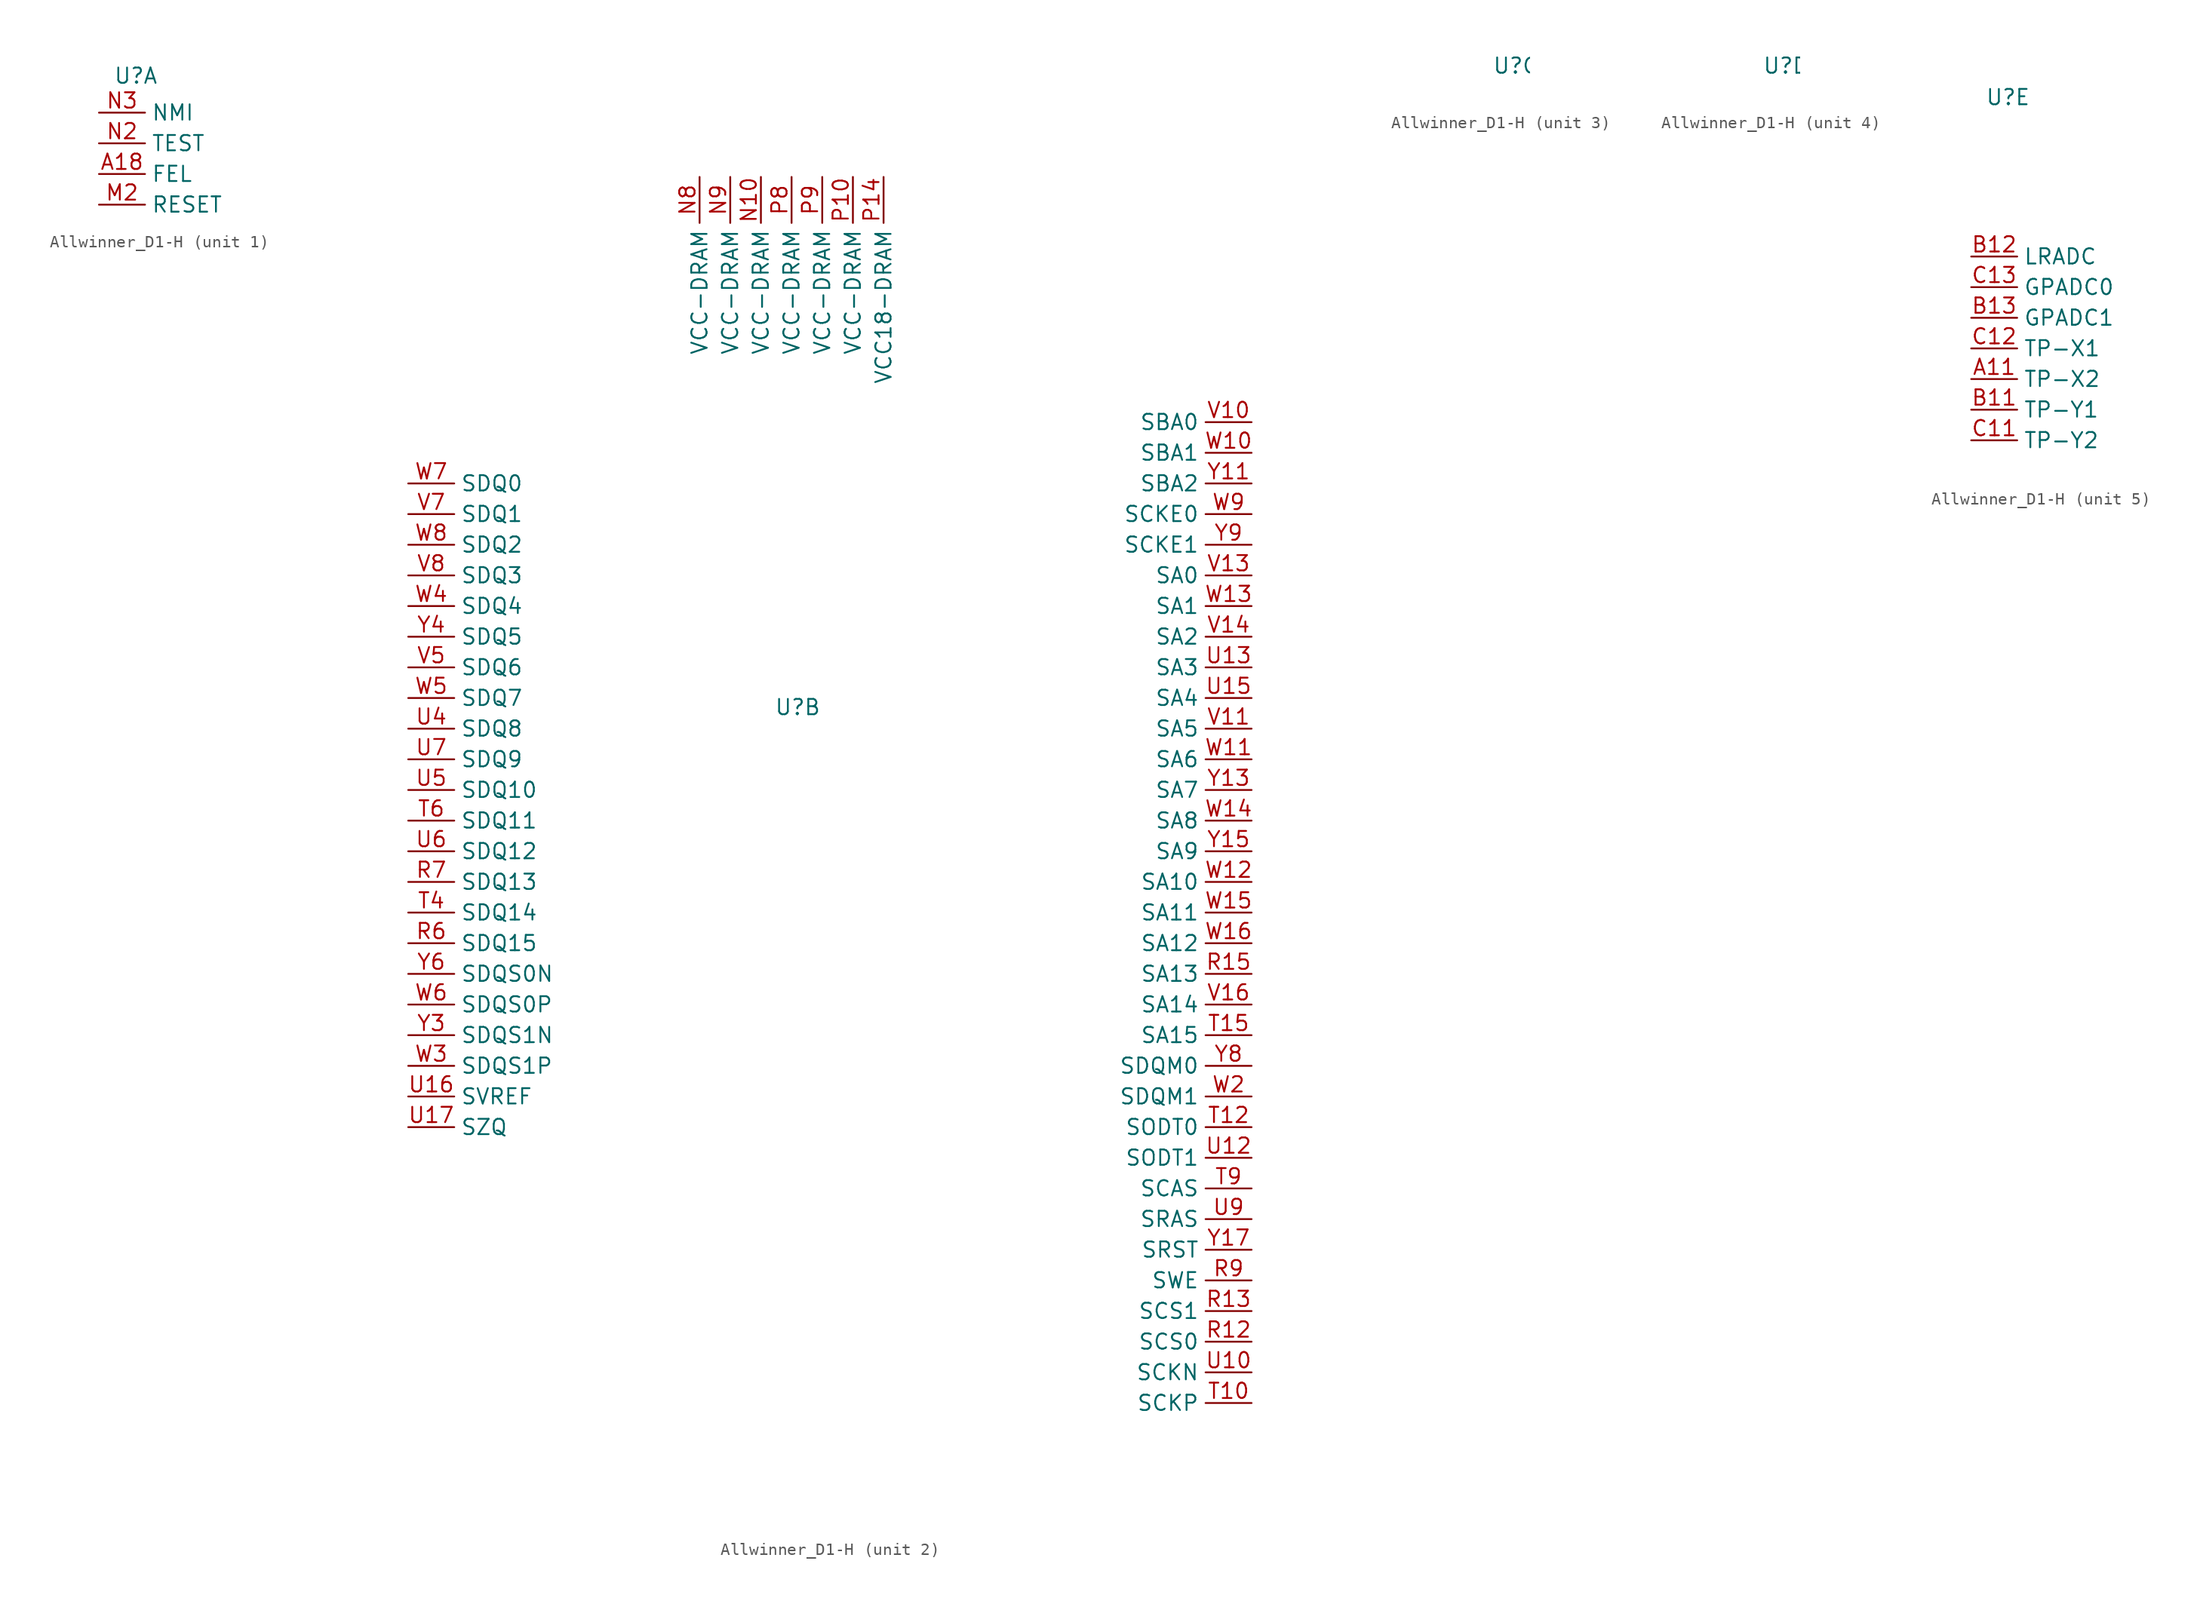
<source format=kicad_sym>
(kicad_symbol_lib
  (version 20231120)
  (generator "kicad_symbol_editor")
  (generator_version "8.0")
  (symbol "Allwinner_D1-H"
    (property "Reference" "U"
      (at 3.048 3.048 0)
      (effects (font (size 1.27 1.27))))
    (property "Value" ""
      (at 0 0 0)
      (effects (font (size 1.27 1.27))))
    (property "ki_locked" ""
      (at 0 0 0)
      (effects (font (size 1.27 1.27))))
    (symbol "Allwinner_D1-H_1_0"
      (pin input line (at 0 -5.08 0) (length 3.81) (name "FEL" (effects (font (size 1.27 1.27)))) (number "A18" (effects (font (size 1.27 1.27)))))
      (pin input line (at 0 -7.62 0) (length 3.81) (name "RESET" (effects (font (size 1.27 1.27)))) (number "M2" (effects (font (size 1.27 1.27)))))
      (pin input line (at 0 -2.54 0) (length 3.81) (name "TEST" (effects (font (size 1.27 1.27)))) (number "N2" (effects (font (size 1.27 1.27)))))
      (pin bidirectional line (at 0 0 0) (length 3.81) (name "NMI" (effects (font (size 1.27 1.27)))) (number "N3" (effects (font (size 1.27 1.27))))))
    (symbol "Allwinner_D1-H_2_0"
      (pin power_in line (at 0 46.99 270) (length 3.81) (name "VCC-DRAM" (effects (font (size 1.27 1.27)))) (number "N10" (effects (font (size 1.27 1.27)))))
      (pin power_in line (at -5.08 46.99 270) (length 3.81) (name "VCC-DRAM" (effects (font (size 1.27 1.27)))) (number "N8" (effects (font (size 1.27 1.27)))))
      (pin power_in line (at -2.54 46.99 270) (length 3.81) (name "VCC-DRAM" (effects (font (size 1.27 1.27)))) (number "N9" (effects (font (size 1.27 1.27)))))
      (pin power_in line (at 7.62 46.99 270) (length 3.81) (name "VCC-DRAM" (effects (font (size 1.27 1.27)))) (number "P10" (effects (font (size 1.27 1.27)))))
      (pin power_in line (at 10.16 46.99 270) (length 3.81) (name "VCC18-DRAM" (effects (font (size 1.27 1.27)))) (number "P14" (effects (font (size 1.27 1.27)))))
      (pin power_in line (at 2.54 46.99 270) (length 3.81) (name "VCC-DRAM" (effects (font (size 1.27 1.27)))) (number "P8" (effects (font (size 1.27 1.27)))))
      (pin power_in line (at 5.08 46.99 270) (length 3.81) (name "VCC-DRAM" (effects (font (size 1.27 1.27)))) (number "P9" (effects (font (size 1.27 1.27)))))
      (pin output line (at 40.64 -49.53 180) (length 3.81) (name "SCS0" (effects (font (size 1.27 1.27)))) (number "R12" (effects (font (size 1.27 1.27)))))
      (pin output line (at 40.64 -46.99 180) (length 3.81) (name "SCS1" (effects (font (size 1.27 1.27)))) (number "R13" (effects (font (size 1.27 1.27)))))
      (pin output line (at 40.64 -19.05 180) (length 3.81) (name "SA13" (effects (font (size 1.27 1.27)))) (number "R15" (effects (font (size 1.27 1.27)))))
      (pin bidirectional line (at -29.21 -16.51 0) (length 3.81) (name "SDQ15" (effects (font (size 1.27 1.27)))) (number "R6" (effects (font (size 1.27 1.27)))))
      (pin bidirectional line (at -29.21 -11.43 0) (length 3.81) (name "SDQ13" (effects (font (size 1.27 1.27)))) (number "R7" (effects (font (size 1.27 1.27)))))
      (pin output line (at 40.64 -44.45 180) (length 3.81) (name "SWE" (effects (font (size 1.27 1.27)))) (number "R9" (effects (font (size 1.27 1.27)))))
      (pin output line (at 40.64 -54.61 180) (length 3.81) (name "SCKP" (effects (font (size 1.27 1.27)))) (number "T10" (effects (font (size 1.27 1.27)))))
      (pin output line (at 40.64 -31.75 180) (length 3.81) (name "SODT0" (effects (font (size 1.27 1.27)))) (number "T12" (effects (font (size 1.27 1.27)))))
      (pin output line (at 40.64 -24.13 180) (length 3.81) (name "SA15" (effects (font (size 1.27 1.27)))) (number "T15" (effects (font (size 1.27 1.27)))))
      (pin bidirectional line (at -29.21 -13.97 0) (length 3.81) (name "SDQ14" (effects (font (size 1.27 1.27)))) (number "T4" (effects (font (size 1.27 1.27)))))
      (pin bidirectional line (at -29.21 -6.35 0) (length 3.81) (name "SDQ11" (effects (font (size 1.27 1.27)))) (number "T6" (effects (font (size 1.27 1.27)))))
      (pin output line (at 40.64 -36.83 180) (length 3.81) (name "SCAS" (effects (font (size 1.27 1.27)))) (number "T9" (effects (font (size 1.27 1.27)))))
      (pin output line (at 40.64 -52.07 180) (length 3.81) (name "SCKN" (effects (font (size 1.27 1.27)))) (number "U10" (effects (font (size 1.27 1.27)))))
      (pin output line (at 40.64 -34.29 180) (length 3.81) (name "SODT1" (effects (font (size 1.27 1.27)))) (number "U12" (effects (font (size 1.27 1.27)))))
      (pin output line (at 40.64 6.35 180) (length 3.81) (name "SA3" (effects (font (size 1.27 1.27)))) (number "U13" (effects (font (size 1.27 1.27)))))
      (pin output line (at 40.64 3.81 180) (length 3.81) (name "SA4" (effects (font (size 1.27 1.27)))) (number "U15" (effects (font (size 1.27 1.27)))))
      (pin power_in line (at -29.21 -29.21 0) (length 3.81) (name "SVREF" (effects (font (size 1.27 1.27)))) (number "U16" (effects (font (size 1.27 1.27)))))
      (pin input line (at -29.21 -31.75 0) (length 3.81) (name "SZQ" (effects (font (size 1.27 1.27)))) (number "U17" (effects (font (size 1.27 1.27)))))
      (pin bidirectional line (at -29.21 1.27 0) (length 3.81) (name "SDQ8" (effects (font (size 1.27 1.27)))) (number "U4" (effects (font (size 1.27 1.27)))))
      (pin bidirectional line (at -29.21 -3.81 0) (length 3.81) (name "SDQ10" (effects (font (size 1.27 1.27)))) (number "U5" (effects (font (size 1.27 1.27)))))
      (pin bidirectional line (at -29.21 -8.89 0) (length 3.81) (name "SDQ12" (effects (font (size 1.27 1.27)))) (number "U6" (effects (font (size 1.27 1.27)))))
      (pin bidirectional line (at -29.21 -1.27 0) (length 3.81) (name "SDQ9" (effects (font (size 1.27 1.27)))) (number "U7" (effects (font (size 1.27 1.27)))))
      (pin output line (at 40.64 -39.37 180) (length 3.81) (name "SRAS" (effects (font (size 1.27 1.27)))) (number "U9" (effects (font (size 1.27 1.27)))))
      (pin output line (at 40.64 26.67 180) (length 3.81) (name "SBA0" (effects (font (size 1.27 1.27)))) (number "V10" (effects (font (size 1.27 1.27)))))
      (pin output line (at 40.64 1.27 180) (length 3.81) (name "SA5" (effects (font (size 1.27 1.27)))) (number "V11" (effects (font (size 1.27 1.27)))))
      (pin output line (at 40.64 13.97 180) (length 3.81) (name "SA0" (effects (font (size 1.27 1.27)))) (number "V13" (effects (font (size 1.27 1.27)))))
      (pin output line (at 40.64 8.89 180) (length 3.81) (name "SA2" (effects (font (size 1.27 1.27)))) (number "V14" (effects (font (size 1.27 1.27)))))
      (pin output line (at 40.64 -21.59 180) (length 3.81) (name "SA14" (effects (font (size 1.27 1.27)))) (number "V16" (effects (font (size 1.27 1.27)))))
      (pin bidirectional line (at -29.21 6.35 0) (length 3.81) (name "SDQ6" (effects (font (size 1.27 1.27)))) (number "V5" (effects (font (size 1.27 1.27)))))
      (pin bidirectional line (at -29.21 19.05 0) (length 3.81) (name "SDQ1" (effects (font (size 1.27 1.27)))) (number "V7" (effects (font (size 1.27 1.27)))))
      (pin bidirectional line (at -29.21 13.97 0) (length 3.81) (name "SDQ3" (effects (font (size 1.27 1.27)))) (number "V8" (effects (font (size 1.27 1.27)))))
      (pin output line (at 40.64 24.13 180) (length 3.81) (name "SBA1" (effects (font (size 1.27 1.27)))) (number "W10" (effects (font (size 1.27 1.27)))))
      (pin output line (at 40.64 -1.27 180) (length 3.81) (name "SA6" (effects (font (size 1.27 1.27)))) (number "W11" (effects (font (size 1.27 1.27)))))
      (pin output line (at 40.64 -11.43 180) (length 3.81) (name "SA10" (effects (font (size 1.27 1.27)))) (number "W12" (effects (font (size 1.27 1.27)))))
      (pin output line (at 40.64 11.43 180) (length 3.81) (name "SA1" (effects (font (size 1.27 1.27)))) (number "W13" (effects (font (size 1.27 1.27)))))
      (pin output line (at 40.64 -6.35 180) (length 3.81) (name "SA8" (effects (font (size 1.27 1.27)))) (number "W14" (effects (font (size 1.27 1.27)))))
      (pin output line (at 40.64 -13.97 180) (length 3.81) (name "SA11" (effects (font (size 1.27 1.27)))) (number "W15" (effects (font (size 1.27 1.27)))))
      (pin output line (at 40.64 -16.51 180) (length 3.81) (name "SA12" (effects (font (size 1.27 1.27)))) (number "W16" (effects (font (size 1.27 1.27)))))
      (pin output line (at 40.64 -29.21 180) (length 3.81) (name "SDQM1" (effects (font (size 1.27 1.27)))) (number "W2" (effects (font (size 1.27 1.27)))))
      (pin bidirectional line (at -29.21 -26.67 0) (length 3.81) (name "SDQS1P" (effects (font (size 1.27 1.27)))) (number "W3" (effects (font (size 1.27 1.27)))))
      (pin bidirectional line (at -29.21 11.43 0) (length 3.81) (name "SDQ4" (effects (font (size 1.27 1.27)))) (number "W4" (effects (font (size 1.27 1.27)))))
      (pin bidirectional line (at -29.21 3.81 0) (length 3.81) (name "SDQ7" (effects (font (size 1.27 1.27)))) (number "W5" (effects (font (size 1.27 1.27)))))
      (pin bidirectional line (at -29.21 -21.59 0) (length 3.81) (name "SDQS0P" (effects (font (size 1.27 1.27)))) (number "W6" (effects (font (size 1.27 1.27)))))
      (pin bidirectional line (at -29.21 21.59 0) (length 3.81) (name "SDQ0" (effects (font (size 1.27 1.27)))) (number "W7" (effects (font (size 1.27 1.27)))))
      (pin bidirectional line (at -29.21 16.51 0) (length 3.81) (name "SDQ2" (effects (font (size 1.27 1.27)))) (number "W8" (effects (font (size 1.27 1.27)))))
      (pin output line (at 40.64 19.05 180) (length 3.81) (name "SCKE0" (effects (font (size 1.27 1.27)))) (number "W9" (effects (font (size 1.27 1.27)))))
      (pin output line (at 40.64 21.59 180) (length 3.81) (name "SBA2" (effects (font (size 1.27 1.27)))) (number "Y11" (effects (font (size 1.27 1.27)))))
      (pin output line (at 40.64 -3.81 180) (length 3.81) (name "SA7" (effects (font (size 1.27 1.27)))) (number "Y13" (effects (font (size 1.27 1.27)))))
      (pin output line (at 40.64 -8.89 180) (length 3.81) (name "SA9" (effects (font (size 1.27 1.27)))) (number "Y15" (effects (font (size 1.27 1.27)))))
      (pin output line (at 40.64 -41.91 180) (length 3.81) (name "SRST" (effects (font (size 1.27 1.27)))) (number "Y17" (effects (font (size 1.27 1.27)))))
      (pin bidirectional line (at -29.21 -24.13 0) (length 3.81) (name "SDQS1N" (effects (font (size 1.27 1.27)))) (number "Y3" (effects (font (size 1.27 1.27)))))
      (pin bidirectional line (at -29.21 8.89 0) (length 3.81) (name "SDQ5" (effects (font (size 1.27 1.27)))) (number "Y4" (effects (font (size 1.27 1.27)))))
      (pin bidirectional line (at -29.21 -19.05 0) (length 3.81) (name "SDQS0N" (effects (font (size 1.27 1.27)))) (number "Y6" (effects (font (size 1.27 1.27)))))
      (pin output line (at 40.64 -26.67 180) (length 3.81) (name "SDQM0" (effects (font (size 1.27 1.27)))) (number "Y8" (effects (font (size 1.27 1.27)))))
      (pin output line (at 40.64 16.51 180) (length 3.81) (name "SCKE1" (effects (font (size 1.27 1.27)))) (number "Y9" (effects (font (size 1.27 1.27))))))
    (symbol "Allwinner_D1-H_5_0"
      (pin input line (at 0 -20.32 0) (length 3.81) (name "TP-X2" (effects (font (size 1.27 1.27)))) (number "A11" (effects (font (size 1.27 1.27)))))
      (pin input line (at 0 -22.86 0) (length 3.81) (name "TP-Y1" (effects (font (size 1.27 1.27)))) (number "B11" (effects (font (size 1.27 1.27)))))
      (pin input line (at 0 -10.16 0) (length 3.81) (name "LRADC" (effects (font (size 1.27 1.27)))) (number "B12" (effects (font (size 1.27 1.27)))))
      (pin input line (at 0 -15.24 0) (length 3.81) (name "GPADC1" (effects (font (size 1.27 1.27)))) (number "B13" (effects (font (size 1.27 1.27)))))
      (pin input line (at 0 -25.4 0) (length 3.81) (name "TP-Y2" (effects (font (size 1.27 1.27)))) (number "C11" (effects (font (size 1.27 1.27)))))
      (pin input line (at 0 -17.78 0) (length 3.81) (name "TP-X1" (effects (font (size 1.27 1.27)))) (number "C12" (effects (font (size 1.27 1.27)))))
      (pin input line (at 0 -12.7 0) (length 3.81) (name "GPADC0" (effects (font (size 1.27 1.27)))) (number "C13" (effects (font (size 1.27 1.27))))))))
</source>
